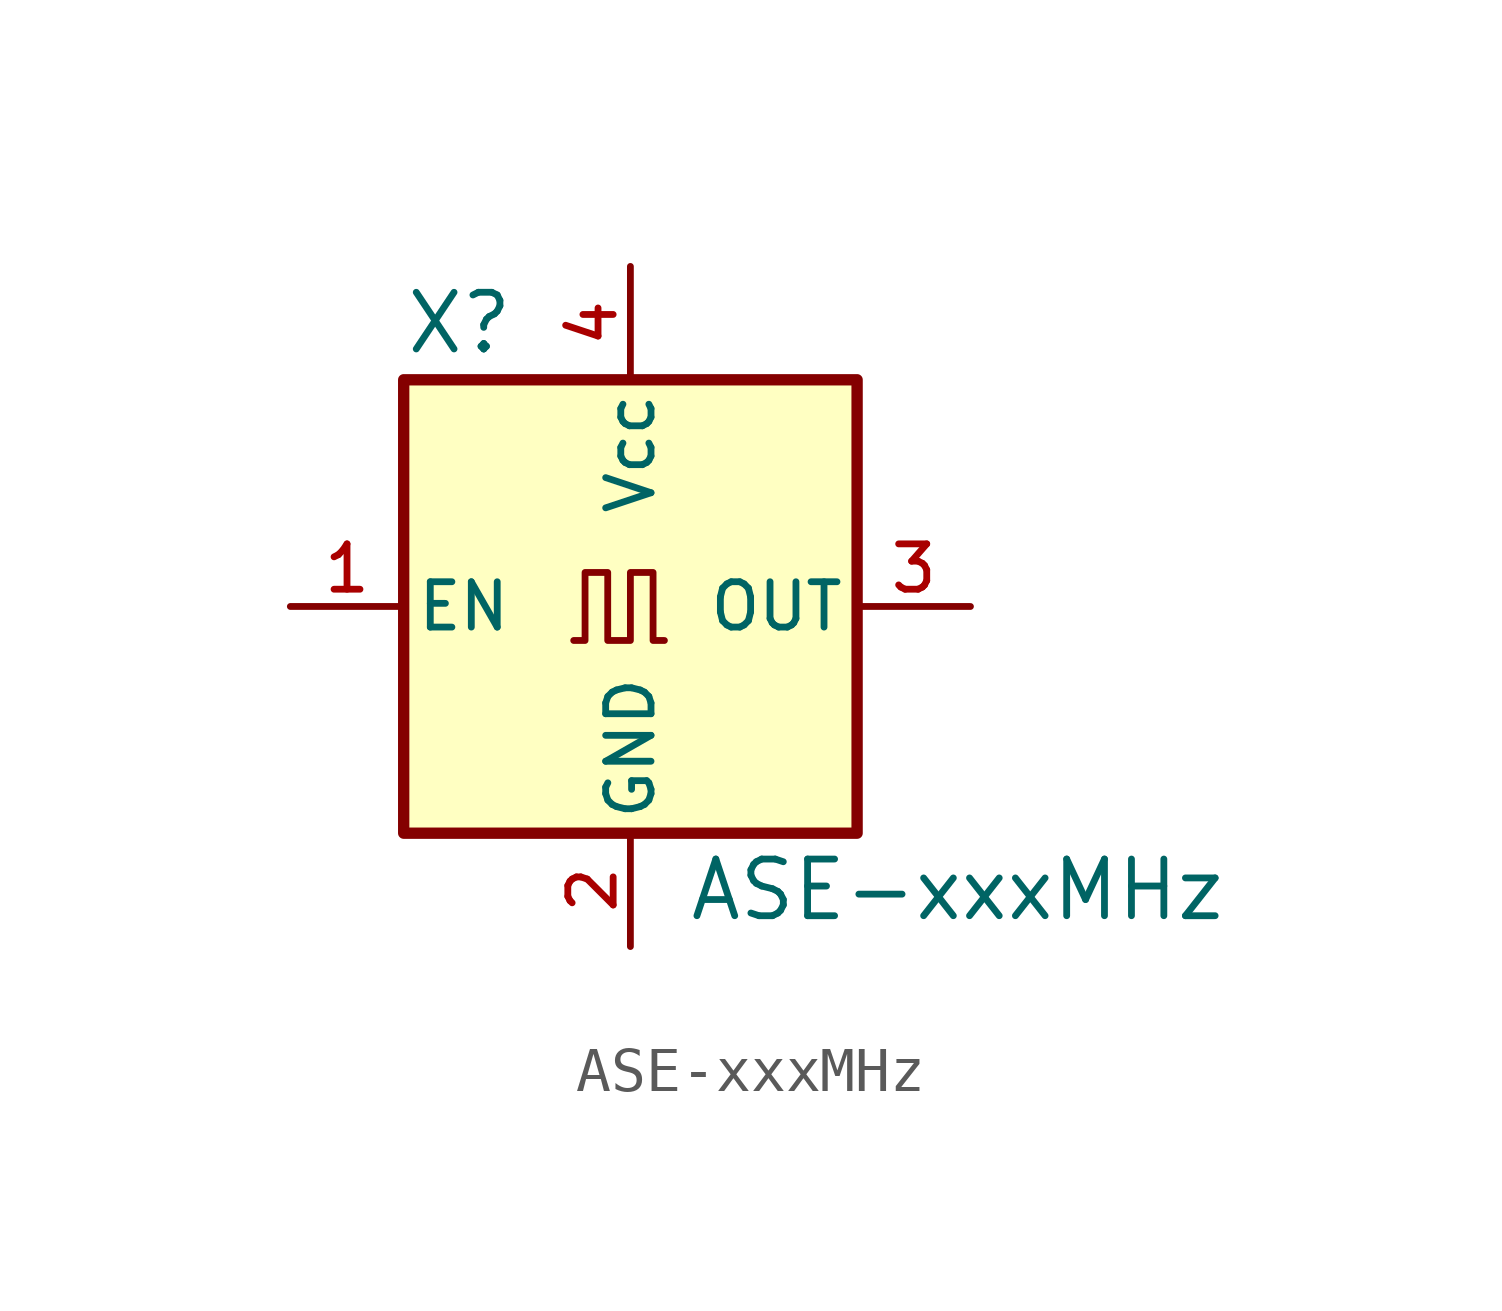
<source format=kicad_sym>
(kicad_symbol_lib
  (version 20231120)
  (generator "kicad_symbol_editor")
  (generator_version "8.0")
  (symbol "ASE-xxxMHz"
    (pin_names
      (offset 0.254))
    (property "Reference" "X"
      (at -5.08 6.35 0)
      (effects (font (size 1.27 1.27)) (justify left)))
    (property "Value" "ASE-xxxMHz"
      (at 1.27 -6.35 0)
      (effects (font (size 1.27 1.27)) (justify left)))
    (symbol "ASE-xxxMHz_0_1"
      (rectangle (start -5.08 5.08) (end 5.08 -5.08) (stroke (width 0.254) (type default)) (fill (type background)))
      (polyline (pts (xy -1.27 -0.762) (xy -1.016 -0.762) (xy -1.016 0.762) (xy -0.508 0.762) (xy -0.508 -0.762) (xy 0 -0.762) (xy 0 0.762) (xy 0.508 0.762) (xy 0.508 -0.762) (xy 0.762 -0.762)) (stroke (width 0) (type default)) (fill (type none))))
    (symbol "ASE-xxxMHz_1_1"
      (pin input line (at -7.62 0 0) (length 2.54) (name "EN" (effects (font (size 1.016 1.016)))) (number "1" (effects (font (size 1.016 1.016)))))
      (pin power_in line (at 0 -7.62 90) (length 2.54) (name "GND" (effects (font (size 1.016 1.016)))) (number "2" (effects (font (size 1.016 1.016)))))
      (pin output line (at 7.62 0 180) (length 2.54) (name "OUT" (effects (font (size 1.016 1.016)))) (number "3" (effects (font (size 1.016 1.016)))))
      (pin power_in line (at 0 7.62 270) (length 2.54) (name "Vcc" (effects (font (size 1.016 1.016)))) (number "4" (effects (font (size 1.016 1.016))))))))
</source>
